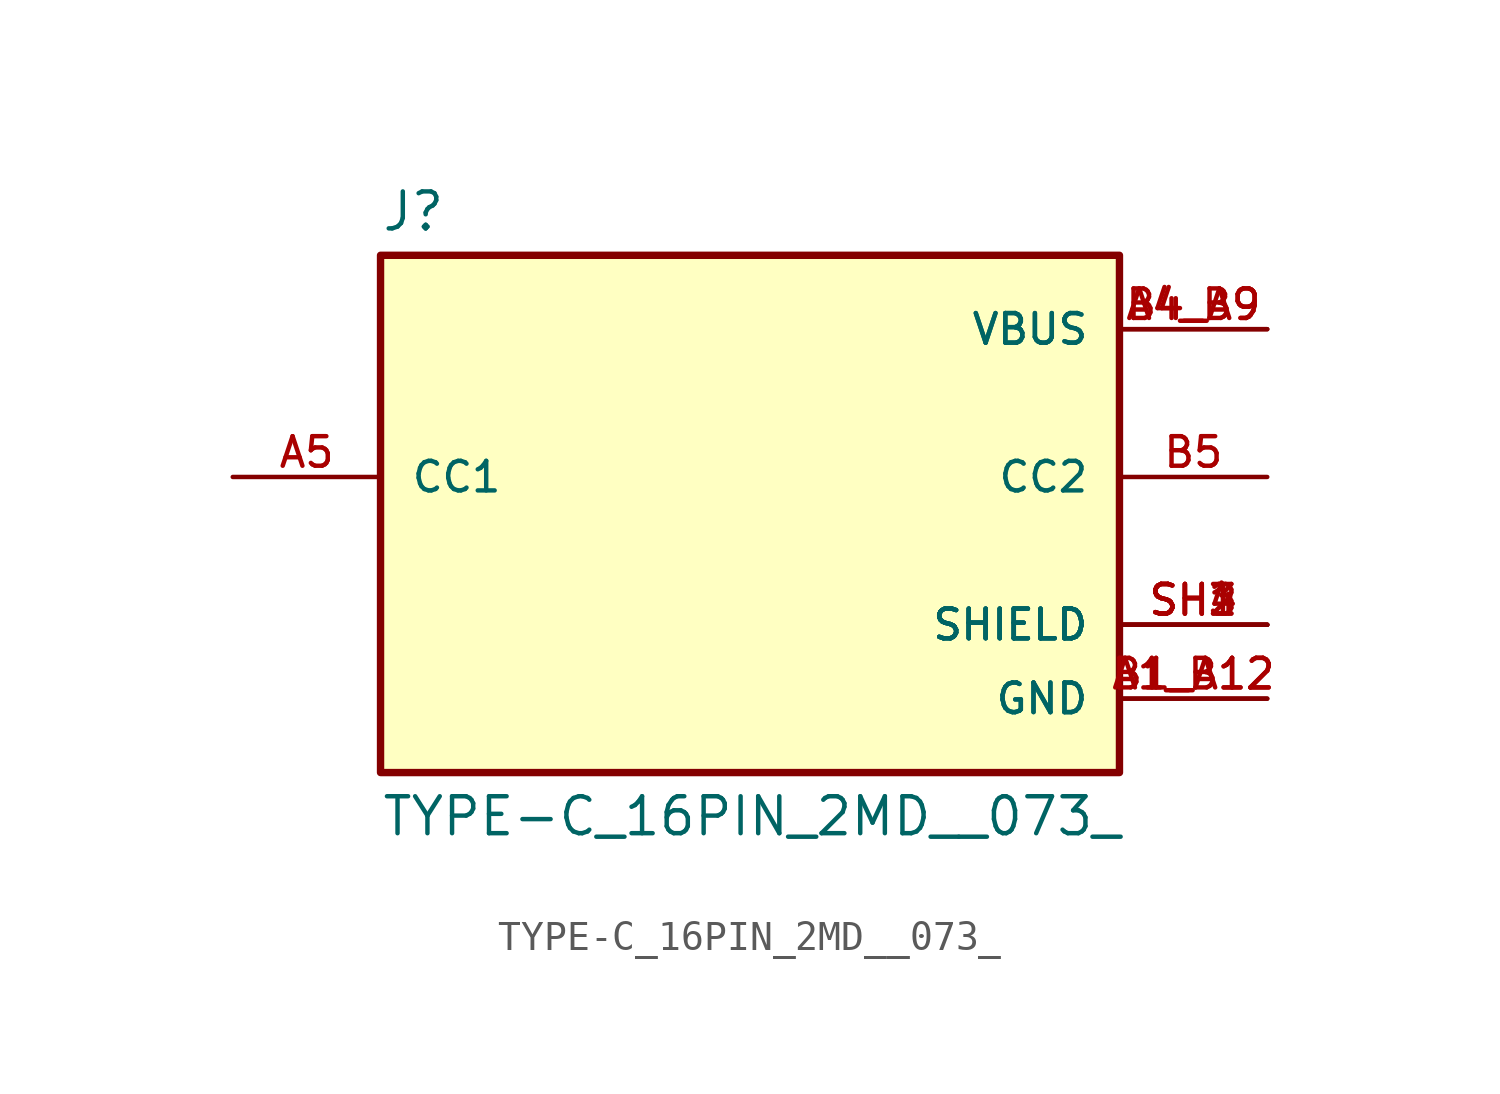
<source format=kicad_sym>
(kicad_symbol_lib
  (version 20211014)
  (generator kicad_symbol_editor)
  (symbol "TYPE-C_16PIN_2MD__073_"
    (pin_names
      (offset 1.016))
    (property "Reference" "J"
      (at -12.7 10.922 0)
      (effects (font (size 1.27 1.27)) (justify bottom left)))
    (property "Value" "TYPE-C_16PIN_2MD__073_"
      (at -12.7 -8.382 0.0)
      (effects (font (size 1.27 1.27)) (justify top left)))
    (symbol "TYPE-C_16PIN_2MD__073__0_0"
      (rectangle (start -12.7 -7.62) (end 12.7 10.16) (stroke (width 0.254)) (fill (type background)))
      (pin bidirectional line (at -17.78 2.54 0) (length 5.08) (name "CC1" (effects (font (size 1.016 1.016)))) (number "A5" (effects (font (size 1.016 1.016)))))
      (pin passive line (at 17.78 -2.54 180.0) (length 5.08) (name "SHIELD" (effects (font (size 1.016 1.016)))) (number "SH1" (effects (font (size 1.016 1.016)))))
      (pin passive line (at 17.78 -2.54 180.0) (length 5.08) (name "SHIELD" (effects (font (size 1.016 1.016)))) (number "SH2" (effects (font (size 1.016 1.016)))))
      (pin passive line (at 17.78 -2.54 180.0) (length 5.08) (name "SHIELD" (effects (font (size 1.016 1.016)))) (number "SH3" (effects (font (size 1.016 1.016)))))
      (pin passive line (at 17.78 -2.54 180.0) (length 5.08) (name "SHIELD" (effects (font (size 1.016 1.016)))) (number "SH4" (effects (font (size 1.016 1.016)))))
      (pin power_in line (at 17.78 -5.08 180.0) (length 5.08) (name "GND" (effects (font (size 1.016 1.016)))) (number "A1_B12" (effects (font (size 1.016 1.016)))))
      (pin power_in line (at 17.78 -5.08 180.0) (length 5.08) (name "GND" (effects (font (size 1.016 1.016)))) (number "B1_A12" (effects (font (size 1.016 1.016)))))
      (pin power_in line (at 17.78 7.62 180.0) (length 5.08) (name "VBUS" (effects (font (size 1.016 1.016)))) (number "A4_B9" (effects (font (size 1.016 1.016)))))
      (pin power_in line (at 17.78 7.62 180.0) (length 5.08) (name "VBUS" (effects (font (size 1.016 1.016)))) (number "B4_A9" (effects (font (size 1.016 1.016)))))
      (pin bidirectional line (at 17.78 2.54 180.0) (length 5.08) (name "CC2" (effects (font (size 1.016 1.016)))) (number "B5" (effects (font (size 1.016 1.016))))))))
</source>
